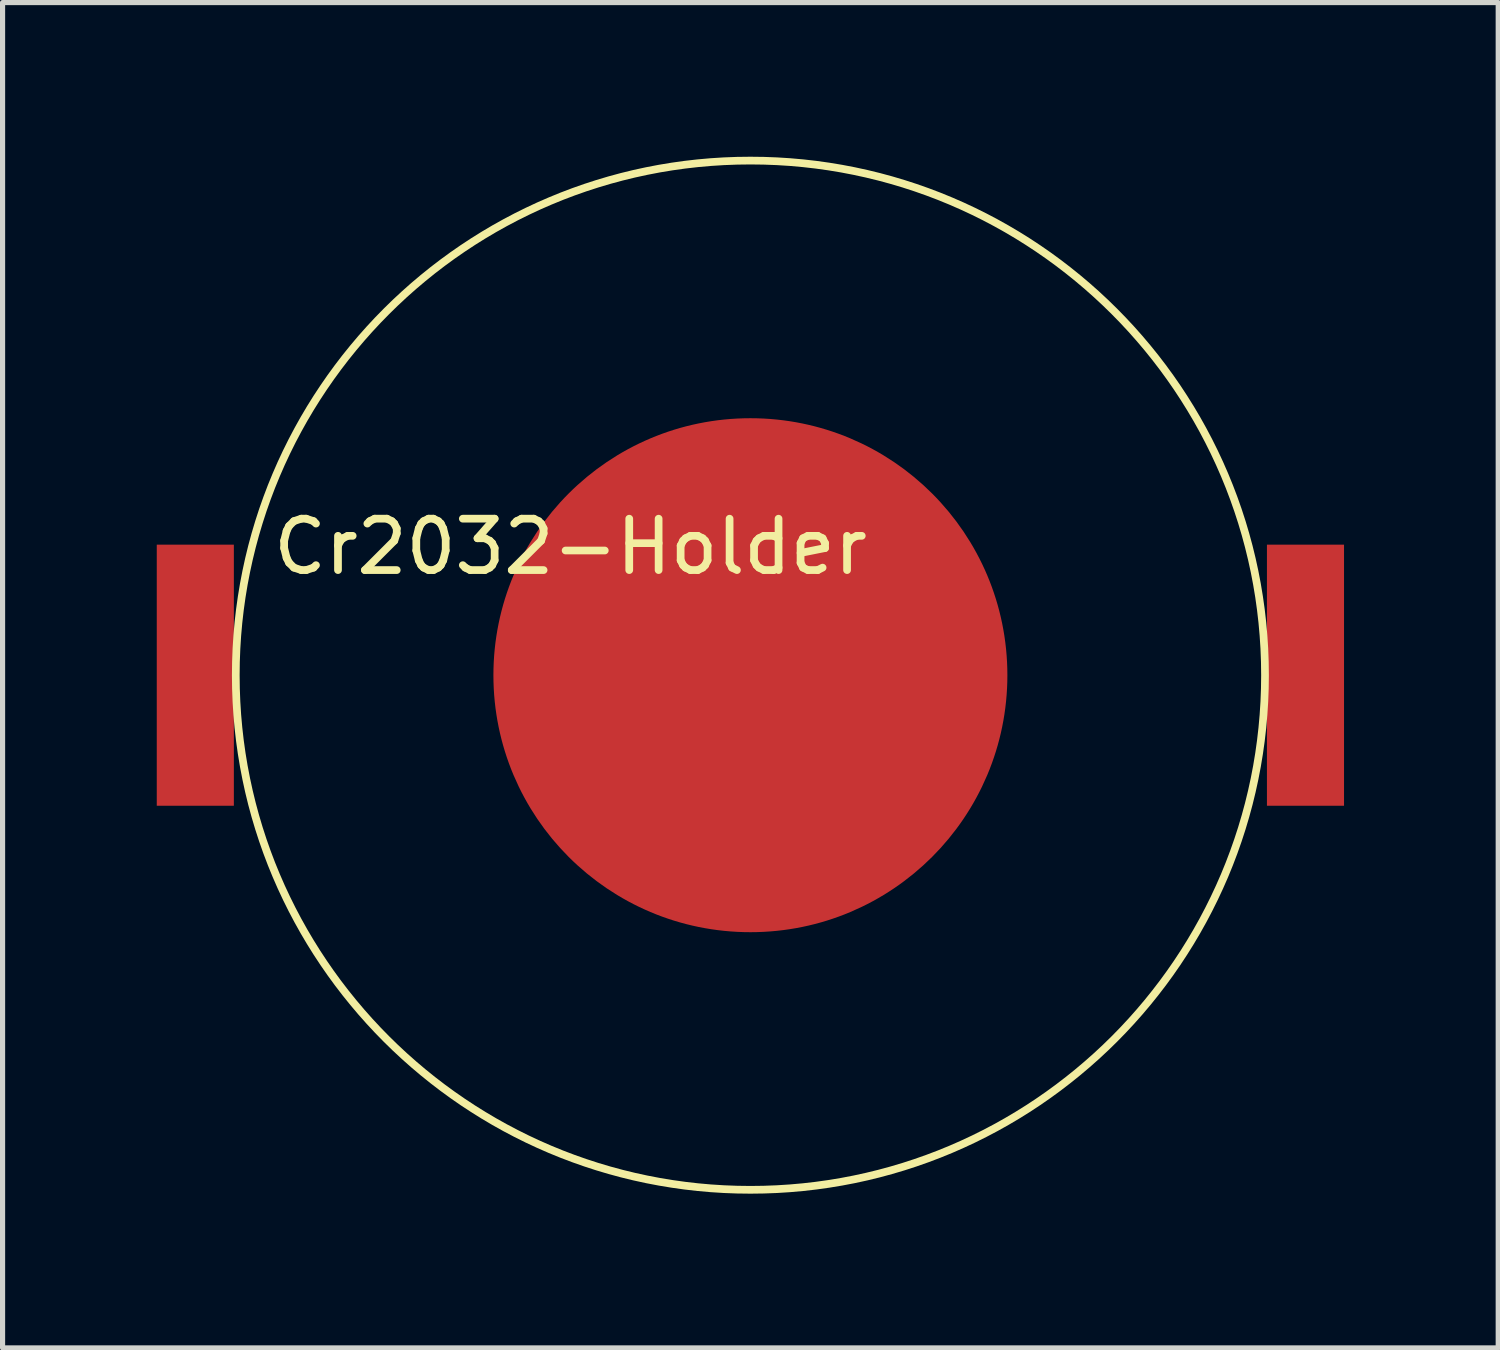
<source format=kicad_pcb>
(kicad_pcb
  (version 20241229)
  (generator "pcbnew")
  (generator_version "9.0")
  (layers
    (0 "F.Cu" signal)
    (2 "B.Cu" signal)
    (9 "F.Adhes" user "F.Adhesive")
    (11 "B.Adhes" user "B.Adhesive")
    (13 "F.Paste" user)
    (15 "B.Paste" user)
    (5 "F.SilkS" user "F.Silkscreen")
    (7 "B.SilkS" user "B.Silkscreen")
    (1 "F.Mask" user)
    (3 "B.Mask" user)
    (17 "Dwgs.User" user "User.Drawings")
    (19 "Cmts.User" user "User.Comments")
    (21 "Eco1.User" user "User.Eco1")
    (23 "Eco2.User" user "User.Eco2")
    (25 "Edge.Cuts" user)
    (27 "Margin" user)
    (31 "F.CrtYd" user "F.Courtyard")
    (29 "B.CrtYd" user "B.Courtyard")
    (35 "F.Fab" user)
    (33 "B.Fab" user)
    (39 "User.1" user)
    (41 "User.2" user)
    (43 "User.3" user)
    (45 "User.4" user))
  (footprint "Cr2032-Holder"
    (layer "F.Cu")
    (at 11.55 10.087)
    (property "Reference" "Cr2032-Holder" (at -3.5 -2.5 0) (layer "F.SilkS") (effects (font (size 1 1) (thickness 0.15))))
    (attr through_hole)
    (fp_circle (center 0 0) (end 10 0.5) (stroke (width 0.15) (type solid)) (fill no) (layer "F.SilkS"))
    (pad "1" smd rect (at -10.8 0) (size 1.5 5.08) (layers "F.Cu" "F.Mask" "F.Paste"))
    (pad "1" smd rect (at 10.8 0) (size 1.5 5.08) (layers "F.Cu" "F.Mask" "F.Paste"))
    (pad "2" smd circle (at 0 0) (size 10 10) (layers "F.Cu")))
  (gr_rect
    (start -3 -3)
    (end 26.1 23.175)
    (stroke (width 0.1) (type default))
    (fill no)
    (layer "Edge.Cuts")))
</source>
